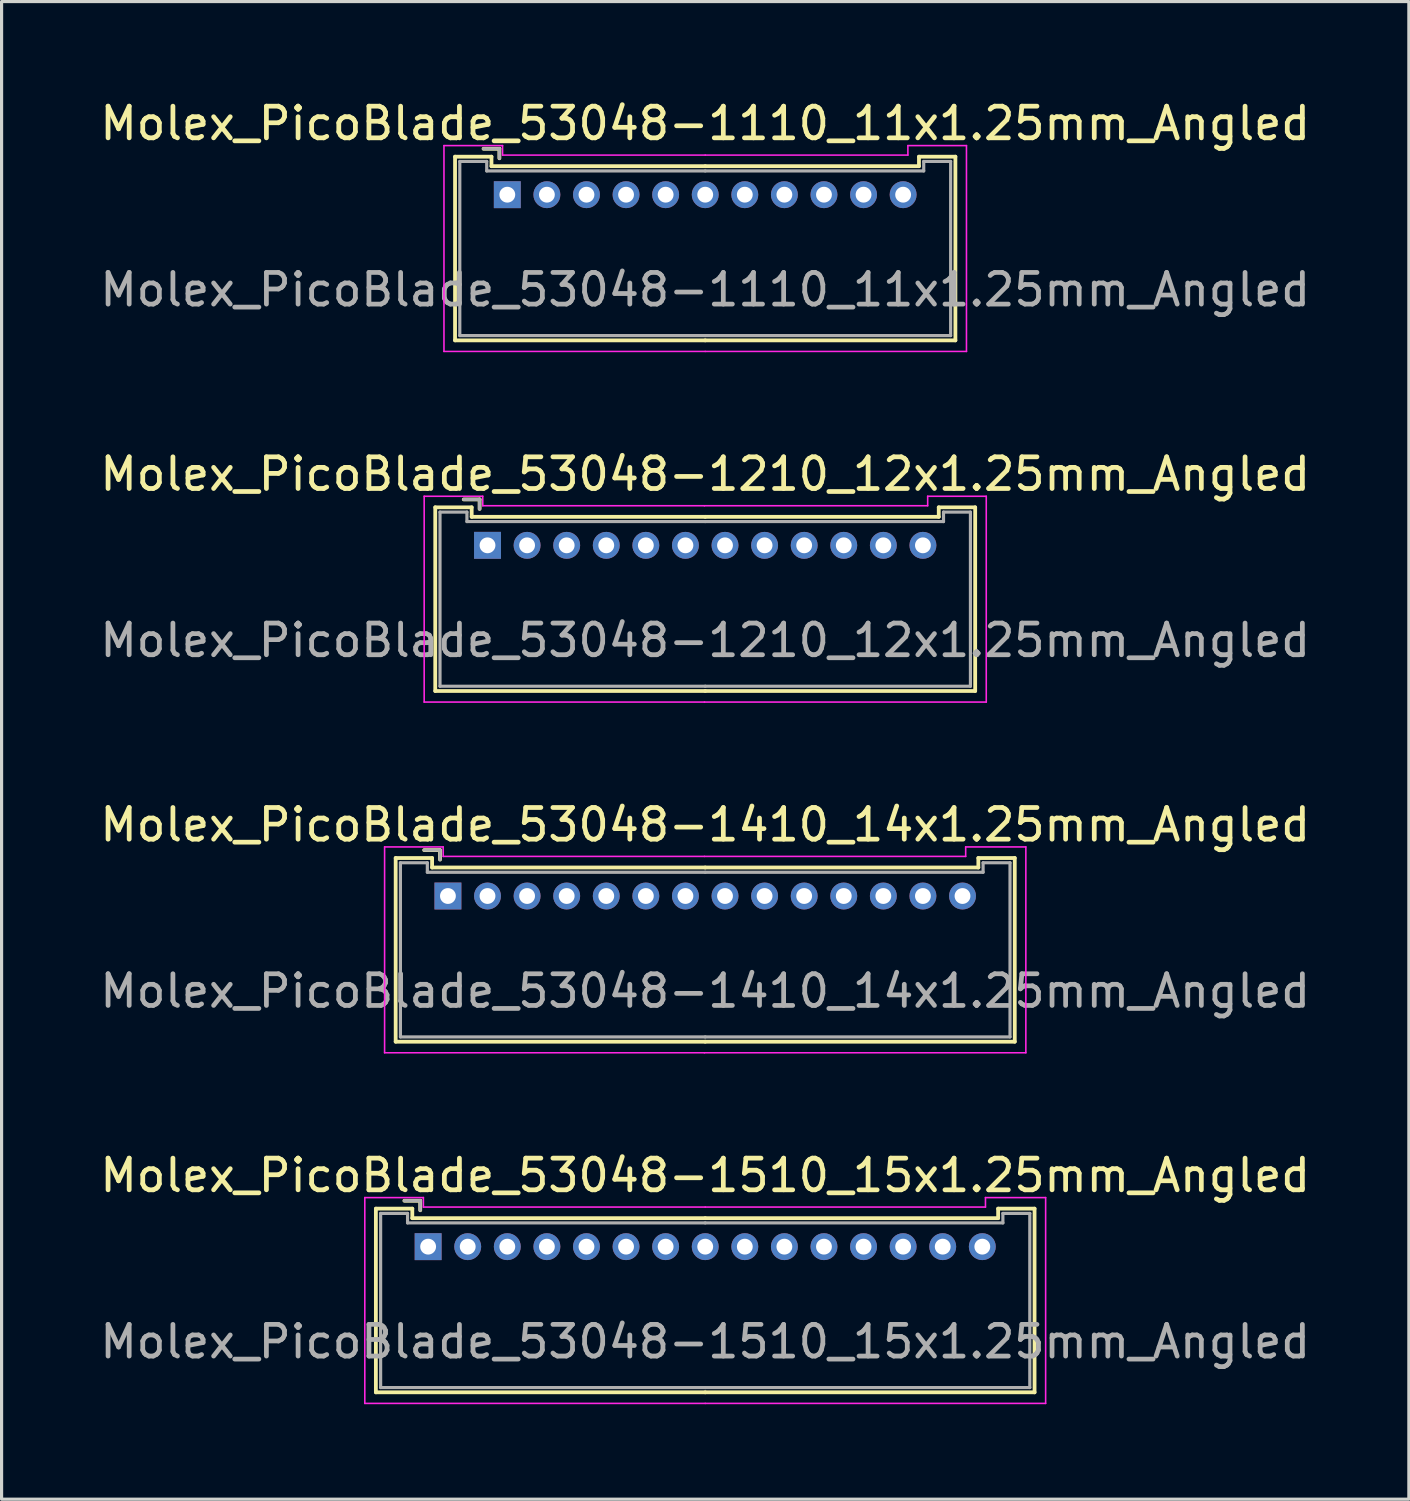
<source format=kicad_pcb>
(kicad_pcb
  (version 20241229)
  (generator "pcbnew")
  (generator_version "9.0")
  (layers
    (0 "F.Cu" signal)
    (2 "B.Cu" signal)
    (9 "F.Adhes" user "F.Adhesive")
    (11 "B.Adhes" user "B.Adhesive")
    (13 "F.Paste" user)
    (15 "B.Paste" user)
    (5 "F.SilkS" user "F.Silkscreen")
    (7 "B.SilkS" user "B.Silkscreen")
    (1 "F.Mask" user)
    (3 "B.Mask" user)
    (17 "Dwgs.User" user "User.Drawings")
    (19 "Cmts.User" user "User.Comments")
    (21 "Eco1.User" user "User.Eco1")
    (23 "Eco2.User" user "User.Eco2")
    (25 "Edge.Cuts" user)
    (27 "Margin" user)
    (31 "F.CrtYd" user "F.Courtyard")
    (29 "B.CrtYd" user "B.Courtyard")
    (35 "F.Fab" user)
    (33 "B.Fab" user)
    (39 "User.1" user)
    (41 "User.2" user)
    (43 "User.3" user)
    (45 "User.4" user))
  (footprint "Molex_PicoBlade_53048-1510_15x1.25mm_Angled"
    (layer "F.Cu")
    (at 10.47 36.318)
    (property "Reference" "Molex_PicoBlade_53048-1510_15x1.25mm_Angled" (at 8.75 -2.25 0) (layer "F.SilkS") (effects (font (size 1 1) (thickness 0.15))))
    (attr through_hole)
    (fp_line (start -1.65 -1.2) (end -1.65 4.6) (stroke (width 0.12) (type solid)) (layer "F.SilkS"))
    (fp_line (start -1.65 4.6) (end 8.75 4.6) (stroke (width 0.12) (type solid)) (layer "F.SilkS"))
    (fp_line (start -0.5 -1.2) (end -1.65 -1.2) (stroke (width 0.12) (type solid)) (layer "F.SilkS"))
    (fp_line (start -0.5 -0.9) (end -0.5 -1.2) (stroke (width 0.12) (type solid)) (layer "F.SilkS"))
    (fp_line (start -0.25 -1.45) (end -0.75 -1.45) (stroke (width 0.12) (type solid)) (layer "F.SilkS"))
    (fp_line (start -0.25 -1.15) (end -0.25 -1.45) (stroke (width 0.12) (type solid)) (layer "F.SilkS"))
    (fp_line (start 8.75 -0.9) (end -0.5 -0.9) (stroke (width 0.12) (type solid)) (layer "F.SilkS"))
    (fp_line (start 8.75 -0.9) (end 18 -0.9) (stroke (width 0.12) (type solid)) (layer "F.SilkS"))
    (fp_line (start 18 -1.2) (end 19.15 -1.2) (stroke (width 0.12) (type solid)) (layer "F.SilkS"))
    (fp_line (start 18 -0.9) (end 18 -1.2) (stroke (width 0.12) (type solid)) (layer "F.SilkS"))
    (fp_line (start 19.15 -1.2) (end 19.15 4.6) (stroke (width 0.12) (type solid)) (layer "F.SilkS"))
    (fp_line (start 19.15 4.6) (end 8.75 4.6) (stroke (width 0.12) (type solid)) (layer "F.SilkS"))
    (fp_line (start -2 -1.55) (end -2 4.95) (stroke (width 0.05) (type solid)) (layer "F.CrtYd"))
    (fp_line (start -2 4.95) (end 8.75 4.95) (stroke (width 0.05) (type solid)) (layer "F.CrtYd"))
    (fp_line (start -0.15 -1.55) (end -2 -1.55) (stroke (width 0.05) (type solid)) (layer "F.CrtYd"))
    (fp_line (start -0.15 -1.25) (end -0.15 -1.55) (stroke (width 0.05) (type solid)) (layer "F.CrtYd"))
    (fp_line (start 8.75 -1.25) (end -0.15 -1.25) (stroke (width 0.05) (type solid)) (layer "F.CrtYd"))
    (fp_line (start 8.75 -1.25) (end 17.6 -1.25) (stroke (width 0.05) (type solid)) (layer "F.CrtYd"))
    (fp_line (start 17.6 -1.55) (end 19.5 -1.55) (stroke (width 0.05) (type solid)) (layer "F.CrtYd"))
    (fp_line (start 17.6 -1.25) (end 17.6 -1.55) (stroke (width 0.05) (type solid)) (layer "F.CrtYd"))
    (fp_line (start 19.5 -1.55) (end 19.5 4.95) (stroke (width 0.05) (type solid)) (layer "F.CrtYd"))
    (fp_line (start 19.5 4.95) (end 8.75 4.95) (stroke (width 0.05) (type solid)) (layer "F.CrtYd"))
    (fp_line (start -1.5 -1.05) (end -1.5 4.45) (stroke (width 0.1) (type solid)) (layer "F.Fab"))
    (fp_line (start -1.5 4.45) (end 8.75 4.45) (stroke (width 0.1) (type solid)) (layer "F.Fab"))
    (fp_line (start -0.65 -1.05) (end -1.5 -1.05) (stroke (width 0.1) (type solid)) (layer "F.Fab"))
    (fp_line (start -0.65 -0.75) (end -0.65 -1.05) (stroke (width 0.1) (type solid)) (layer "F.Fab"))
    (fp_line (start -0.25 -1.45) (end -0.75 -1.45) (stroke (width 0.1) (type solid)) (layer "F.Fab"))
    (fp_line (start -0.25 -1.15) (end -0.25 -1.45) (stroke (width 0.1) (type solid)) (layer "F.Fab"))
    (fp_line (start 8.75 -0.75) (end -0.65 -0.75) (stroke (width 0.1) (type solid)) (layer "F.Fab"))
    (fp_line (start 8.75 -0.75) (end 18.15 -0.75) (stroke (width 0.1) (type solid)) (layer "F.Fab"))
    (fp_line (start 18.15 -1.05) (end 19 -1.05) (stroke (width 0.1) (type solid)) (layer "F.Fab"))
    (fp_line (start 18.15 -0.75) (end 18.15 -1.05) (stroke (width 0.1) (type solid)) (layer "F.Fab"))
    (fp_line (start 19 -1.05) (end 19 4.45) (stroke (width 0.1) (type solid)) (layer "F.Fab"))
    (fp_line (start 19 4.45) (end 8.75 4.45) (stroke (width 0.1) (type solid)) (layer "F.Fab"))
    (fp_text user "${REFERENCE}" (at 8.75 3 0) (layer "F.Fab") (effects (font (size 1 1) (thickness 0.15))))
    (pad "1" thru_hole rect (at 0 0) (size 0.85 0.85) (drill 0.5) (layers "*.Cu" "*.Mask"))
    (pad "2" thru_hole circle (at 1.25 0) (size 0.85 0.85) (drill 0.5) (layers "*.Cu" "*.Mask"))
    (pad "3" thru_hole circle (at 2.5 0) (size 0.85 0.85) (drill 0.5) (layers "*.Cu" "*.Mask"))
    (pad "4" thru_hole circle (at 3.75 0) (size 0.85 0.85) (drill 0.5) (layers "*.Cu" "*.Mask"))
    (pad "5" thru_hole circle (at 5 0) (size 0.85 0.85) (drill 0.5) (layers "*.Cu" "*.Mask"))
    (pad "6" thru_hole circle (at 6.25 0) (size 0.85 0.85) (drill 0.5) (layers "*.Cu" "*.Mask"))
    (pad "7" thru_hole circle (at 7.5 0) (size 0.85 0.85) (drill 0.5) (layers "*.Cu" "*.Mask"))
    (pad "8" thru_hole circle (at 8.75 0) (size 0.85 0.85) (drill 0.5) (layers "*.Cu" "*.Mask"))
    (pad "9" thru_hole circle (at 10 0) (size 0.85 0.85) (drill 0.5) (layers "*.Cu" "*.Mask"))
    (pad "10" thru_hole circle (at 11.25 0) (size 0.85 0.85) (drill 0.5) (layers "*.Cu" "*.Mask"))
    (pad "11" thru_hole circle (at 12.5 0) (size 0.85 0.85) (drill 0.5) (layers "*.Cu" "*.Mask"))
    (pad "12" thru_hole circle (at 13.75 0) (size 0.85 0.85) (drill 0.5) (layers "*.Cu" "*.Mask"))
    (pad "13" thru_hole circle (at 15 0) (size 0.85 0.85) (drill 0.5) (layers "*.Cu" "*.Mask"))
    (pad "14" thru_hole circle (at 16.25 0) (size 0.85 0.85) (drill 0.5) (layers "*.Cu" "*.Mask"))
    (pad "15" thru_hole circle (at 17.5 0) (size 0.85 0.85) (drill 0.5) (layers "*.Cu" "*.Mask")))
  (footprint "Molex_PicoBlade_53048-1110_11x1.25mm_Angled"
    (layer "F.Cu")
    (at 12.97 3.098)
    (property "Reference" "Molex_PicoBlade_53048-1110_11x1.25mm_Angled" (at 6.25 -2.25 0) (layer "F.SilkS") (effects (font (size 1 1) (thickness 0.15))))
    (attr through_hole)
    (fp_line (start -1.65 -1.2) (end -1.65 4.6) (stroke (width 0.12) (type solid)) (layer "F.SilkS"))
    (fp_line (start -1.65 4.6) (end 6.25 4.6) (stroke (width 0.12) (type solid)) (layer "F.SilkS"))
    (fp_line (start -0.5 -1.2) (end -1.65 -1.2) (stroke (width 0.12) (type solid)) (layer "F.SilkS"))
    (fp_line (start -0.5 -0.9) (end -0.5 -1.2) (stroke (width 0.12) (type solid)) (layer "F.SilkS"))
    (fp_line (start -0.25 -1.45) (end -0.75 -1.45) (stroke (width 0.12) (type solid)) (layer "F.SilkS"))
    (fp_line (start -0.25 -1.15) (end -0.25 -1.45) (stroke (width 0.12) (type solid)) (layer "F.SilkS"))
    (fp_line (start 6.25 -0.9) (end -0.5 -0.9) (stroke (width 0.12) (type solid)) (layer "F.SilkS"))
    (fp_line (start 6.25 -0.9) (end 13 -0.9) (stroke (width 0.12) (type solid)) (layer "F.SilkS"))
    (fp_line (start 13 -1.2) (end 14.15 -1.2) (stroke (width 0.12) (type solid)) (layer "F.SilkS"))
    (fp_line (start 13 -0.9) (end 13 -1.2) (stroke (width 0.12) (type solid)) (layer "F.SilkS"))
    (fp_line (start 14.15 -1.2) (end 14.15 4.6) (stroke (width 0.12) (type solid)) (layer "F.SilkS"))
    (fp_line (start 14.15 4.6) (end 6.25 4.6) (stroke (width 0.12) (type solid)) (layer "F.SilkS"))
    (fp_line (start -2 -1.55) (end -2 4.95) (stroke (width 0.05) (type solid)) (layer "F.CrtYd"))
    (fp_line (start -2 4.95) (end 6.25 4.95) (stroke (width 0.05) (type solid)) (layer "F.CrtYd"))
    (fp_line (start -0.15 -1.55) (end -2 -1.55) (stroke (width 0.05) (type solid)) (layer "F.CrtYd"))
    (fp_line (start -0.15 -1.25) (end -0.15 -1.55) (stroke (width 0.05) (type solid)) (layer "F.CrtYd"))
    (fp_line (start 6.25 -1.25) (end -0.15 -1.25) (stroke (width 0.05) (type solid)) (layer "F.CrtYd"))
    (fp_line (start 6.25 -1.25) (end 12.65 -1.25) (stroke (width 0.05) (type solid)) (layer "F.CrtYd"))
    (fp_line (start 12.65 -1.55) (end 14.5 -1.55) (stroke (width 0.05) (type solid)) (layer "F.CrtYd"))
    (fp_line (start 12.65 -1.25) (end 12.65 -1.55) (stroke (width 0.05) (type solid)) (layer "F.CrtYd"))
    (fp_line (start 14.5 -1.55) (end 14.5 4.95) (stroke (width 0.05) (type solid)) (layer "F.CrtYd"))
    (fp_line (start 14.5 4.95) (end 6.25 4.95) (stroke (width 0.05) (type solid)) (layer "F.CrtYd"))
    (fp_line (start -1.5 -1.05) (end -1.5 4.45) (stroke (width 0.1) (type solid)) (layer "F.Fab"))
    (fp_line (start -1.5 4.45) (end 6.25 4.45) (stroke (width 0.1) (type solid)) (layer "F.Fab"))
    (fp_line (start -0.65 -1.05) (end -1.5 -1.05) (stroke (width 0.1) (type solid)) (layer "F.Fab"))
    (fp_line (start -0.65 -0.75) (end -0.65 -1.05) (stroke (width 0.1) (type solid)) (layer "F.Fab"))
    (fp_line (start -0.25 -1.45) (end -0.75 -1.45) (stroke (width 0.1) (type solid)) (layer "F.Fab"))
    (fp_line (start -0.25 -1.15) (end -0.25 -1.45) (stroke (width 0.1) (type solid)) (layer "F.Fab"))
    (fp_line (start 6.25 -0.75) (end -0.65 -0.75) (stroke (width 0.1) (type solid)) (layer "F.Fab"))
    (fp_line (start 6.25 -0.75) (end 13.15 -0.75) (stroke (width 0.1) (type solid)) (layer "F.Fab"))
    (fp_line (start 13.15 -1.05) (end 14 -1.05) (stroke (width 0.1) (type solid)) (layer "F.Fab"))
    (fp_line (start 13.15 -0.75) (end 13.15 -1.05) (stroke (width 0.1) (type solid)) (layer "F.Fab"))
    (fp_line (start 14 -1.05) (end 14 4.45) (stroke (width 0.1) (type solid)) (layer "F.Fab"))
    (fp_line (start 14 4.45) (end 6.25 4.45) (stroke (width 0.1) (type solid)) (layer "F.Fab"))
    (fp_text user "${REFERENCE}" (at 6.25 3 0) (layer "F.Fab") (effects (font (size 1 1) (thickness 0.15))))
    (pad "1" thru_hole rect (at 0 0) (size 0.85 0.85) (drill 0.5) (layers "*.Cu" "*.Mask"))
    (pad "2" thru_hole circle (at 1.25 0) (size 0.85 0.85) (drill 0.5) (layers "*.Cu" "*.Mask"))
    (pad "3" thru_hole circle (at 2.5 0) (size 0.85 0.85) (drill 0.5) (layers "*.Cu" "*.Mask"))
    (pad "4" thru_hole circle (at 3.75 0) (size 0.85 0.85) (drill 0.5) (layers "*.Cu" "*.Mask"))
    (pad "5" thru_hole circle (at 5 0) (size 0.85 0.85) (drill 0.5) (layers "*.Cu" "*.Mask"))
    (pad "6" thru_hole circle (at 6.25 0) (size 0.85 0.85) (drill 0.5) (layers "*.Cu" "*.Mask"))
    (pad "7" thru_hole circle (at 7.5 0) (size 0.85 0.85) (drill 0.5) (layers "*.Cu" "*.Mask"))
    (pad "8" thru_hole circle (at 8.75 0) (size 0.85 0.85) (drill 0.5) (layers "*.Cu" "*.Mask"))
    (pad "9" thru_hole circle (at 10 0) (size 0.85 0.85) (drill 0.5) (layers "*.Cu" "*.Mask"))
    (pad "10" thru_hole circle (at 11.25 0) (size 0.85 0.85) (drill 0.5) (layers "*.Cu" "*.Mask"))
    (pad "11" thru_hole circle (at 12.5 0) (size 0.85 0.85) (drill 0.5) (layers "*.Cu" "*.Mask")))
  (footprint "Molex_PicoBlade_53048-1210_12x1.25mm_Angled"
    (layer "F.Cu")
    (at 12.345 14.171)
    (property "Reference" "Molex_PicoBlade_53048-1210_12x1.25mm_Angled" (at 6.875 -2.25 0) (layer "F.SilkS") (effects (font (size 1 1) (thickness 0.15))))
    (attr through_hole)
    (fp_line (start -1.65 -1.2) (end -1.65 4.6) (stroke (width 0.12) (type solid)) (layer "F.SilkS"))
    (fp_line (start -1.65 4.6) (end 6.875 4.6) (stroke (width 0.12) (type solid)) (layer "F.SilkS"))
    (fp_line (start -0.5 -1.2) (end -1.65 -1.2) (stroke (width 0.12) (type solid)) (layer "F.SilkS"))
    (fp_line (start -0.5 -0.9) (end -0.5 -1.2) (stroke (width 0.12) (type solid)) (layer "F.SilkS"))
    (fp_line (start -0.25 -1.45) (end -0.75 -1.45) (stroke (width 0.12) (type solid)) (layer "F.SilkS"))
    (fp_line (start -0.25 -1.15) (end -0.25 -1.45) (stroke (width 0.12) (type solid)) (layer "F.SilkS"))
    (fp_line (start 6.875 -0.9) (end -0.5 -0.9) (stroke (width 0.12) (type solid)) (layer "F.SilkS"))
    (fp_line (start 6.875 -0.9) (end 14.25 -0.9) (stroke (width 0.12) (type solid)) (layer "F.SilkS"))
    (fp_line (start 14.25 -1.2) (end 15.4 -1.2) (stroke (width 0.12) (type solid)) (layer "F.SilkS"))
    (fp_line (start 14.25 -0.9) (end 14.25 -1.2) (stroke (width 0.12) (type solid)) (layer "F.SilkS"))
    (fp_line (start 15.4 -1.2) (end 15.4 4.6) (stroke (width 0.12) (type solid)) (layer "F.SilkS"))
    (fp_line (start 15.4 4.6) (end 6.875 4.6) (stroke (width 0.12) (type solid)) (layer "F.SilkS"))
    (fp_line (start -2 -1.55) (end -2 4.95) (stroke (width 0.05) (type solid)) (layer "F.CrtYd"))
    (fp_line (start -2 4.95) (end 6.85 4.95) (stroke (width 0.05) (type solid)) (layer "F.CrtYd"))
    (fp_line (start -0.15 -1.55) (end -2 -1.55) (stroke (width 0.05) (type solid)) (layer "F.CrtYd"))
    (fp_line (start -0.15 -1.25) (end -0.15 -1.55) (stroke (width 0.05) (type solid)) (layer "F.CrtYd"))
    (fp_line (start 6.85 -1.25) (end -0.15 -1.25) (stroke (width 0.05) (type solid)) (layer "F.CrtYd"))
    (fp_line (start 6.85 -1.25) (end 13.9 -1.25) (stroke (width 0.05) (type solid)) (layer "F.CrtYd"))
    (fp_line (start 13.9 -1.55) (end 15.75 -1.55) (stroke (width 0.05) (type solid)) (layer "F.CrtYd"))
    (fp_line (start 13.9 -1.25) (end 13.9 -1.55) (stroke (width 0.05) (type solid)) (layer "F.CrtYd"))
    (fp_line (start 15.75 -1.55) (end 15.75 4.95) (stroke (width 0.05) (type solid)) (layer "F.CrtYd"))
    (fp_line (start 15.75 4.95) (end 6.85 4.95) (stroke (width 0.05) (type solid)) (layer "F.CrtYd"))
    (fp_line (start -1.5 -1.05) (end -1.5 4.45) (stroke (width 0.1) (type solid)) (layer "F.Fab"))
    (fp_line (start -1.5 4.45) (end 6.875 4.45) (stroke (width 0.1) (type solid)) (layer "F.Fab"))
    (fp_line (start -0.65 -1.05) (end -1.5 -1.05) (stroke (width 0.1) (type solid)) (layer "F.Fab"))
    (fp_line (start -0.65 -0.75) (end -0.65 -1.05) (stroke (width 0.1) (type solid)) (layer "F.Fab"))
    (fp_line (start -0.25 -1.45) (end -0.75 -1.45) (stroke (width 0.1) (type solid)) (layer "F.Fab"))
    (fp_line (start -0.25 -1.15) (end -0.25 -1.45) (stroke (width 0.1) (type solid)) (layer "F.Fab"))
    (fp_line (start 6.875 -0.75) (end -0.65 -0.75) (stroke (width 0.1) (type solid)) (layer "F.Fab"))
    (fp_line (start 6.875 -0.75) (end 14.4 -0.75) (stroke (width 0.1) (type solid)) (layer "F.Fab"))
    (fp_line (start 14.4 -1.05) (end 15.25 -1.05) (stroke (width 0.1) (type solid)) (layer "F.Fab"))
    (fp_line (start 14.4 -0.75) (end 14.4 -1.05) (stroke (width 0.1) (type solid)) (layer "F.Fab"))
    (fp_line (start 15.25 -1.05) (end 15.25 4.45) (stroke (width 0.1) (type solid)) (layer "F.Fab"))
    (fp_line (start 15.25 4.45) (end 6.875 4.45) (stroke (width 0.1) (type solid)) (layer "F.Fab"))
    (fp_text user "${REFERENCE}" (at 6.875 3 0) (layer "F.Fab") (effects (font (size 1 1) (thickness 0.15))))
    (pad "1" thru_hole rect (at 0 0) (size 0.85 0.85) (drill 0.5) (layers "*.Cu" "*.Mask"))
    (pad "2" thru_hole circle (at 1.25 0) (size 0.85 0.85) (drill 0.5) (layers "*.Cu" "*.Mask"))
    (pad "3" thru_hole circle (at 2.5 0) (size 0.85 0.85) (drill 0.5) (layers "*.Cu" "*.Mask"))
    (pad "4" thru_hole circle (at 3.75 0) (size 0.85 0.85) (drill 0.5) (layers "*.Cu" "*.Mask"))
    (pad "5" thru_hole circle (at 5 0) (size 0.85 0.85) (drill 0.5) (layers "*.Cu" "*.Mask"))
    (pad "6" thru_hole circle (at 6.25 0) (size 0.85 0.85) (drill 0.5) (layers "*.Cu" "*.Mask"))
    (pad "7" thru_hole circle (at 7.5 0) (size 0.85 0.85) (drill 0.5) (layers "*.Cu" "*.Mask"))
    (pad "8" thru_hole circle (at 8.75 0) (size 0.85 0.85) (drill 0.5) (layers "*.Cu" "*.Mask"))
    (pad "9" thru_hole circle (at 10 0) (size 0.85 0.85) (drill 0.5) (layers "*.Cu" "*.Mask"))
    (pad "10" thru_hole circle (at 11.25 0) (size 0.85 0.85) (drill 0.5) (layers "*.Cu" "*.Mask"))
    (pad "11" thru_hole circle (at 12.5 0) (size 0.85 0.85) (drill 0.5) (layers "*.Cu" "*.Mask"))
    (pad "12" thru_hole circle (at 13.75 0) (size 0.85 0.85) (drill 0.5) (layers "*.Cu" "*.Mask")))
  (footprint "Molex_PicoBlade_53048-1410_14x1.25mm_Angled"
    (layer "F.Cu")
    (at 11.095 25.245)
    (property "Reference" "Molex_PicoBlade_53048-1410_14x1.25mm_Angled" (at 8.125 -2.25 0) (layer "F.SilkS") (effects (font (size 1 1) (thickness 0.15))))
    (attr through_hole)
    (fp_line (start -1.65 -1.2) (end -1.65 4.6) (stroke (width 0.12) (type solid)) (layer "F.SilkS"))
    (fp_line (start -1.65 4.6) (end 8.125 4.6) (stroke (width 0.12) (type solid)) (layer "F.SilkS"))
    (fp_line (start -0.5 -1.2) (end -1.65 -1.2) (stroke (width 0.12) (type solid)) (layer "F.SilkS"))
    (fp_line (start -0.5 -0.9) (end -0.5 -1.2) (stroke (width 0.12) (type solid)) (layer "F.SilkS"))
    (fp_line (start -0.25 -1.45) (end -0.75 -1.45) (stroke (width 0.12) (type solid)) (layer "F.SilkS"))
    (fp_line (start -0.25 -1.15) (end -0.25 -1.45) (stroke (width 0.12) (type solid)) (layer "F.SilkS"))
    (fp_line (start 8.125 -0.9) (end -0.5 -0.9) (stroke (width 0.12) (type solid)) (layer "F.SilkS"))
    (fp_line (start 8.125 -0.9) (end 16.75 -0.9) (stroke (width 0.12) (type solid)) (layer "F.SilkS"))
    (fp_line (start 16.75 -1.2) (end 17.9 -1.2) (stroke (width 0.12) (type solid)) (layer "F.SilkS"))
    (fp_line (start 16.75 -0.9) (end 16.75 -1.2) (stroke (width 0.12) (type solid)) (layer "F.SilkS"))
    (fp_line (start 17.9 -1.2) (end 17.9 4.6) (stroke (width 0.12) (type solid)) (layer "F.SilkS"))
    (fp_line (start 17.9 4.6) (end 8.125 4.6) (stroke (width 0.12) (type solid)) (layer "F.SilkS"))
    (fp_line (start -2 -1.55) (end -2 4.95) (stroke (width 0.05) (type solid)) (layer "F.CrtYd"))
    (fp_line (start -2 4.95) (end 8.1 4.95) (stroke (width 0.05) (type solid)) (layer "F.CrtYd"))
    (fp_line (start -0.15 -1.55) (end -2 -1.55) (stroke (width 0.05) (type solid)) (layer "F.CrtYd"))
    (fp_line (start -0.15 -1.25) (end -0.15 -1.55) (stroke (width 0.05) (type solid)) (layer "F.CrtYd"))
    (fp_line (start 8.1 -1.25) (end -0.15 -1.25) (stroke (width 0.05) (type solid)) (layer "F.CrtYd"))
    (fp_line (start 8.1 -1.25) (end 16.35 -1.25) (stroke (width 0.05) (type solid)) (layer "F.CrtYd"))
    (fp_line (start 16.35 -1.55) (end 18.25 -1.55) (stroke (width 0.05) (type solid)) (layer "F.CrtYd"))
    (fp_line (start 16.35 -1.25) (end 16.35 -1.55) (stroke (width 0.05) (type solid)) (layer "F.CrtYd"))
    (fp_line (start 18.25 -1.55) (end 18.25 4.95) (stroke (width 0.05) (type solid)) (layer "F.CrtYd"))
    (fp_line (start 18.25 4.95) (end 8.1 4.95) (stroke (width 0.05) (type solid)) (layer "F.CrtYd"))
    (fp_line (start -1.5 -1.05) (end -1.5 4.45) (stroke (width 0.1) (type solid)) (layer "F.Fab"))
    (fp_line (start -1.5 4.45) (end 8.125 4.45) (stroke (width 0.1) (type solid)) (layer "F.Fab"))
    (fp_line (start -0.65 -1.05) (end -1.5 -1.05) (stroke (width 0.1) (type solid)) (layer "F.Fab"))
    (fp_line (start -0.65 -0.75) (end -0.65 -1.05) (stroke (width 0.1) (type solid)) (layer "F.Fab"))
    (fp_line (start -0.25 -1.45) (end -0.75 -1.45) (stroke (width 0.1) (type solid)) (layer "F.Fab"))
    (fp_line (start -0.25 -1.15) (end -0.25 -1.45) (stroke (width 0.1) (type solid)) (layer "F.Fab"))
    (fp_line (start 8.125 -0.75) (end -0.65 -0.75) (stroke (width 0.1) (type solid)) (layer "F.Fab"))
    (fp_line (start 8.125 -0.75) (end 16.9 -0.75) (stroke (width 0.1) (type solid)) (layer "F.Fab"))
    (fp_line (start 16.9 -1.05) (end 17.75 -1.05) (stroke (width 0.1) (type solid)) (layer "F.Fab"))
    (fp_line (start 16.9 -0.75) (end 16.9 -1.05) (stroke (width 0.1) (type solid)) (layer "F.Fab"))
    (fp_line (start 17.75 -1.05) (end 17.75 4.45) (stroke (width 0.1) (type solid)) (layer "F.Fab"))
    (fp_line (start 17.75 4.45) (end 8.125 4.45) (stroke (width 0.1) (type solid)) (layer "F.Fab"))
    (fp_text user "${REFERENCE}" (at 8.125 3 0) (layer "F.Fab") (effects (font (size 1 1) (thickness 0.15))))
    (pad "1" thru_hole rect (at 0 0) (size 0.85 0.85) (drill 0.5) (layers "*.Cu" "*.Mask"))
    (pad "2" thru_hole circle (at 1.25 0) (size 0.85 0.85) (drill 0.5) (layers "*.Cu" "*.Mask"))
    (pad "3" thru_hole circle (at 2.5 0) (size 0.85 0.85) (drill 0.5) (layers "*.Cu" "*.Mask"))
    (pad "4" thru_hole circle (at 3.75 0) (size 0.85 0.85) (drill 0.5) (layers "*.Cu" "*.Mask"))
    (pad "5" thru_hole circle (at 5 0) (size 0.85 0.85) (drill 0.5) (layers "*.Cu" "*.Mask"))
    (pad "6" thru_hole circle (at 6.25 0) (size 0.85 0.85) (drill 0.5) (layers "*.Cu" "*.Mask"))
    (pad "7" thru_hole circle (at 7.5 0) (size 0.85 0.85) (drill 0.5) (layers "*.Cu" "*.Mask"))
    (pad "8" thru_hole circle (at 8.75 0) (size 0.85 0.85) (drill 0.5) (layers "*.Cu" "*.Mask"))
    (pad "9" thru_hole circle (at 10 0) (size 0.85 0.85) (drill 0.5) (layers "*.Cu" "*.Mask"))
    (pad "10" thru_hole circle (at 11.25 0) (size 0.85 0.85) (drill 0.5) (layers "*.Cu" "*.Mask"))
    (pad "11" thru_hole circle (at 12.5 0) (size 0.85 0.85) (drill 0.5) (layers "*.Cu" "*.Mask"))
    (pad "12" thru_hole circle (at 13.75 0) (size 0.85 0.85) (drill 0.5) (layers "*.Cu" "*.Mask"))
    (pad "13" thru_hole circle (at 15 0) (size 0.85 0.85) (drill 0.5) (layers "*.Cu" "*.Mask"))
    (pad "14" thru_hole circle (at 16.25 0) (size 0.85 0.85) (drill 0.5) (layers "*.Cu" "*.Mask")))
  (gr_rect
    (start -3 -3)
    (end 41.44 44.293)
    (stroke (width 0.1) (type default))
    (fill no)
    (layer "Edge.Cuts")))
</source>
